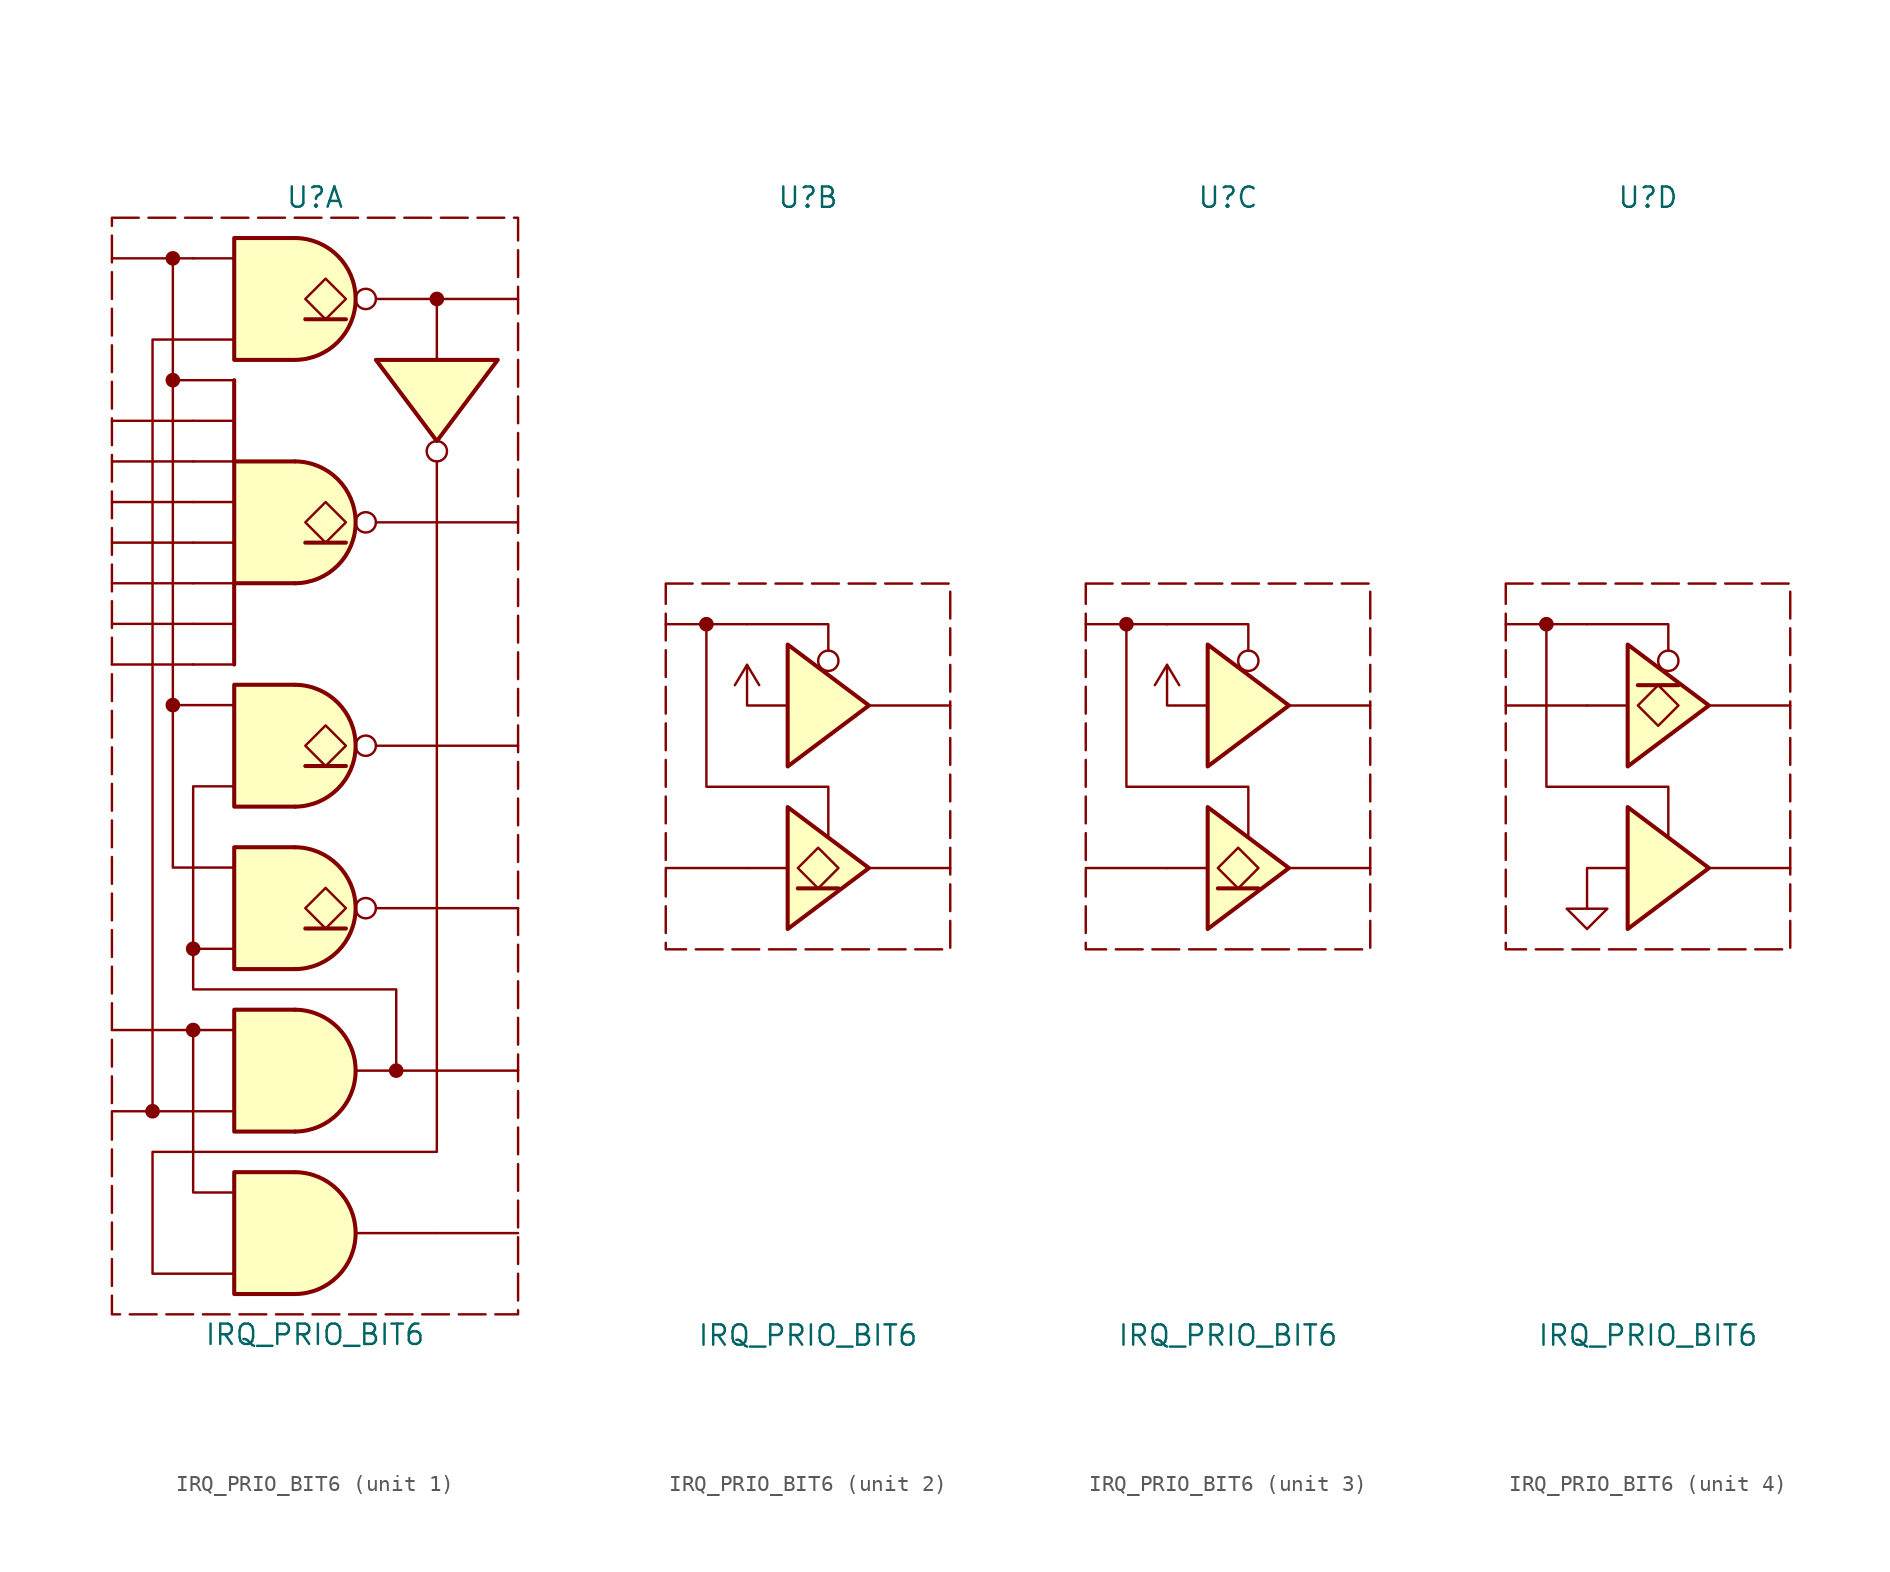
<source format=kicad_sym>
(kicad_symbol_lib
  (version 20231120)
  (generator "kicad_symbol_editor")
  (generator_version "8.0")
  (symbol "IRQ_PRIO_BIT6"
    (pin_numbers hide)
    (pin_names hide)
    (property "Reference" "U"
      (at 0 35.56 0)
      (effects (font (size 1.27 1.27))))
    (property "Value" "IRQ_PRIO_BIT6"
      (at 0 -35.56 0)
      (effects (font (size 1.27 1.27))))
    (property "ki_locked" ""
      (at 0 0 0)
      (effects (font (size 1.27 1.27))))
    (symbol "IRQ_PRIO_BIT6_1_0"
      (polyline (pts (xy 11.43 25.4) (xy 3.81 25.4) (xy 7.62 20.32) (xy 11.43 25.4)) (stroke (width 0.254) (type default)) (fill (type background))))
    (symbol "IRQ_PRIO_BIT6_1_1"
      (rectangle (start -12.7 34.29) (end 12.7 -34.29) (stroke (width 0) (type dash)) (fill (type none)))
      (circle (center -10.16 -21.59) (radius 0.381) (stroke (width 0) (type default)) (fill (type outline)))
      (circle (center -8.89 3.81) (radius 0.381) (stroke (width 0) (type default)) (fill (type outline)))
      (circle (center -8.89 24.13) (radius 0.381) (stroke (width 0) (type default)) (fill (type outline)))
      (circle (center -8.89 31.75) (radius 0.381) (stroke (width 0) (type default)) (fill (type outline)))
      (circle (center -7.62 -16.51) (radius 0.381) (stroke (width 0) (type default)) (fill (type outline)))
      (circle (center -7.62 -11.43) (radius 0.381) (stroke (width 0) (type default)) (fill (type outline)))
      (arc (start -1.2424 -33.02) (mid 2.5401 -29.21) (end -1.2424 -25.4) (stroke (width 0.254) (type default)) (fill (type background)))
      (arc (start -1.2424 -22.86) (mid 2.5401 -19.05) (end -1.2424 -15.24) (stroke (width 0.254) (type default)) (fill (type background)))
      (arc (start -1.2424 -12.7) (mid 2.5401 -8.89) (end -1.2424 -5.08) (stroke (width 0.254) (type default)) (fill (type background)))
      (arc (start -1.2424 -2.54) (mid 2.5401 1.27) (end -1.2424 5.08) (stroke (width 0.254) (type default)) (fill (type background)))
      (arc (start -1.2424 11.43) (mid 2.5401 15.24) (end -1.2424 19.05) (stroke (width 0.254) (type default)) (fill (type background)))
      (arc (start -1.2424 25.4) (mid 2.5401 29.21) (end -1.2424 33.02) (stroke (width 0.254) (type default)) (fill (type background)))
      (polyline (pts (xy -8.89 3.81) (xy -5.08 3.81)) (stroke (width 0) (type default)) (fill (type none)))
      (polyline (pts (xy -7.62 -21.59) (xy -5.08 -21.59)) (stroke (width 0) (type default)) (fill (type none)))
      (polyline (pts (xy -7.62 -16.51) (xy -5.08 -16.51)) (stroke (width 0) (type default)) (fill (type none)))
      (polyline (pts (xy -7.62 19.05) (xy -5.08 19.05)) (stroke (width 0) (type default)) (fill (type none)))
      (polyline (pts (xy -7.62 21.59) (xy -5.08 21.59)) (stroke (width 0) (type default)) (fill (type none)))
      (polyline (pts (xy -7.62 31.75) (xy -5.08 31.75)) (stroke (width 0) (type default)) (fill (type none)))
      (polyline (pts (xy -5.08 6.35) (xy -7.62 6.35)) (stroke (width 0) (type default)) (fill (type none)))
      (polyline (pts (xy -5.08 8.89) (xy -7.62 8.89)) (stroke (width 0) (type default)) (fill (type none)))
      (polyline (pts (xy -5.08 11.43) (xy -7.62 11.43)) (stroke (width 0) (type default)) (fill (type none)))
      (polyline (pts (xy -5.08 13.97) (xy -7.62 13.97)) (stroke (width 0) (type default)) (fill (type none)))
      (polyline (pts (xy -5.08 16.51) (xy -7.62 16.51)) (stroke (width 0) (type default)) (fill (type none)))
      (polyline (pts (xy -5.08 24.13) (xy -8.89 24.13)) (stroke (width 0) (type default)) (fill (type none)))
      (polyline (pts (xy -5.055 11.43) (xy -5.055 6.35)) (stroke (width 0.254) (type default)) (fill (type background)))
      (polyline (pts (xy -5.055 24.13) (xy -5.055 19.05)) (stroke (width 0.254) (type default)) (fill (type background)))
      (polyline (pts (xy -0.607 -10.16) (xy 1.933 -10.16)) (stroke (width 0.254) (type default)) (fill (type none)))
      (polyline (pts (xy -0.607 0) (xy 1.933 0)) (stroke (width 0.254) (type default)) (fill (type none)))
      (polyline (pts (xy -0.607 13.97) (xy 1.933 13.97)) (stroke (width 0.254) (type default)) (fill (type none)))
      (polyline (pts (xy -0.607 27.94) (xy 1.933 27.94)) (stroke (width 0.254) (type default)) (fill (type none)))
      (polyline (pts (xy 7.62 -29.21) (xy 2.54 -29.21)) (stroke (width 0) (type default)) (fill (type none)))
      (polyline (pts (xy 7.62 -19.05) (xy 2.54 -19.05)) (stroke (width 0) (type default)) (fill (type none)))
      (polyline (pts (xy 7.62 -8.89) (xy 3.81 -8.89)) (stroke (width 0) (type default)) (fill (type none)))
      (polyline (pts (xy 7.62 1.27) (xy 3.81 1.27)) (stroke (width 0) (type default)) (fill (type none)))
      (polyline (pts (xy 7.62 15.24) (xy 3.81 15.24)) (stroke (width 0) (type default)) (fill (type none)))
      (polyline (pts (xy 7.62 29.21) (xy 3.81 29.21)) (stroke (width 0) (type default)) (fill (type none)))
      (polyline (pts (xy 7.62 29.21) (xy 7.62 25.4)) (stroke (width 0) (type default)) (fill (type none)))
      (polyline (pts (xy -8.89 31.75) (xy -8.89 -6.35) (xy -5.08 -6.35)) (stroke (width 0) (type default)) (fill (type none)))
      (polyline (pts (xy -7.62 -11.43) (xy -7.62 -1.27) (xy -5.08 -1.27)) (stroke (width 0) (type default)) (fill (type none)))
      (polyline (pts (xy -5.08 -26.67) (xy -7.62 -26.67) (xy -7.62 -16.51)) (stroke (width 0) (type default)) (fill (type none)))
      (polyline (pts (xy -5.08 26.67) (xy -10.16 26.67) (xy -10.16 -21.59)) (stroke (width 0) (type default)) (fill (type none)))
      (polyline (pts (xy -1.242 -25.4) (xy -5.052 -25.4) (xy -5.052 -33.02) (xy -1.242 -33.02)) (stroke (width 0.254) (type default)) (fill (type background)))
      (polyline (pts (xy -1.242 -15.24) (xy -5.052 -15.24) (xy -5.052 -22.86) (xy -1.242 -22.86)) (stroke (width 0.254) (type default)) (fill (type background)))
      (polyline (pts (xy -1.242 -5.08) (xy -5.052 -5.08) (xy -5.052 -12.7) (xy -1.242 -12.7)) (stroke (width 0.254) (type default)) (fill (type background)))
      (polyline (pts (xy -1.242 5.08) (xy -5.052 5.08) (xy -5.052 -2.54) (xy -1.242 -2.54)) (stroke (width 0.254) (type default)) (fill (type background)))
      (polyline (pts (xy -1.242 19.05) (xy -5.052 19.05) (xy -5.052 11.43) (xy -1.242 11.43)) (stroke (width 0.254) (type default)) (fill (type background)))
      (polyline (pts (xy -1.242 33.02) (xy -5.052 33.02) (xy -5.052 25.4) (xy -1.242 25.4)) (stroke (width 0.254) (type default)) (fill (type background)))
      (polyline (pts (xy -5.08 -11.43) (xy -7.62 -11.43) (xy -7.62 -13.97) (xy 5.08 -13.97) (xy 5.08 -19.05)) (stroke (width 0) (type default)) (fill (type none)))
      (polyline (pts (xy 1.933 -8.89) (xy 0.663 -7.62) (xy -0.607 -8.89) (xy 0.663 -10.16) (xy 1.933 -8.89)) (stroke (width 0) (type default)) (fill (type none)))
      (polyline (pts (xy 1.933 1.27) (xy 0.663 2.54) (xy -0.607 1.27) (xy 0.663 0) (xy 1.933 1.27)) (stroke (width 0) (type default)) (fill (type none)))
      (polyline (pts (xy 1.933 15.24) (xy 0.663 16.51) (xy -0.607 15.24) (xy 0.663 13.97) (xy 1.933 15.24)) (stroke (width 0) (type default)) (fill (type none)))
      (polyline (pts (xy 1.933 29.21) (xy 0.663 30.48) (xy -0.607 29.21) (xy 0.663 27.94) (xy 1.933 29.21)) (stroke (width 0) (type default)) (fill (type none)))
      (polyline (pts (xy 7.62 19.05) (xy 7.62 -24.13) (xy -10.16 -24.13) (xy -10.16 -31.75) (xy -5.08 -31.75)) (stroke (width 0) (type default)) (fill (type none)))
      (circle (center 3.175 -8.89) (radius 0.635) (stroke (width 0) (type default)) (fill (type none)))
      (circle (center 3.175 1.27) (radius 0.635) (stroke (width 0) (type default)) (fill (type none)))
      (circle (center 3.175 15.24) (radius 0.635) (stroke (width 0) (type default)) (fill (type none)))
      (circle (center 3.175 29.21) (radius 0.635) (stroke (width 0) (type default)) (fill (type none)))
      (circle (center 5.08 -19.05) (radius 0.381) (stroke (width 0) (type default)) (fill (type outline)))
      (circle (center 7.62 19.685) (radius 0.635) (stroke (width 0) (type default)) (fill (type none)))
      (circle (center 7.62 29.21) (radius 0.381) (stroke (width 0) (type default)) (fill (type outline)))
      (pin input line (at -12.7 -21.59 0) (length 5.08) (name "AND_A_IN2_NAND_A_IN2" (effects (font (size 1.27 1.27)))) (number "" (effects (font (size 1.27 1.27)))))
      (pin output line (at 12.7 -19.05 180) (length 5.08) (name "AND_A_Y" (effects (font (size 1.27 1.27)))) (number "" (effects (font (size 1.27 1.27)))))
      (pin output line (at 12.7 -29.21 180) (length 5.08) (name "AND_B_Y" (effects (font (size 1.27 1.27)))) (number "" (effects (font (size 1.27 1.27)))))
      (pin input line (at -12.7 -16.51 0) (length 5.08) (name "AND_IN1" (effects (font (size 1.27 1.27)))) (number "" (effects (font (size 1.27 1.27)))))
      (pin bidirectional line (at 12.7 29.21 180) (length 5.08) (name "NAND_A_Y" (effects (font (size 1.27 1.27)))) (number "" (effects (font (size 1.27 1.27)))))
      (pin input line (at -12.7 21.59 0) (length 5.08) (name "NAND_B_IN2" (effects (font (size 1.27 1.27)))) (number "" (effects (font (size 1.27 1.27)))))
      (pin input line (at -12.7 19.05 0) (length 5.08) (name "NAND_B_IN3" (effects (font (size 1.27 1.27)))) (number "" (effects (font (size 1.27 1.27)))))
      (pin input line (at -12.7 16.51 0) (length 5.08) (name "NAND_B_IN4" (effects (font (size 1.27 1.27)))) (number "" (effects (font (size 1.27 1.27)))))
      (pin input line (at -12.7 13.97 0) (length 5.08) (name "NAND_B_IN5" (effects (font (size 1.27 1.27)))) (number "" (effects (font (size 1.27 1.27)))))
      (pin input line (at -12.7 11.43 0) (length 5.08) (name "NAND_B_IN6" (effects (font (size 1.27 1.27)))) (number "" (effects (font (size 1.27 1.27)))))
      (pin input line (at -12.7 8.89 0) (length 5.08) (name "NAND_B_IN7" (effects (font (size 1.27 1.27)))) (number "" (effects (font (size 1.27 1.27)))))
      (pin input line (at -12.7 6.35 0) (length 5.08) (name "NAND_B_IN8" (effects (font (size 1.27 1.27)))) (number "" (effects (font (size 1.27 1.27)))))
      (pin tri_state line (at 12.7 15.24 180) (length 5.08) (name "NAND_B_Y" (effects (font (size 1.27 1.27)))) (number "" (effects (font (size 1.27 1.27)))))
      (pin tri_state line (at 12.7 1.27 180) (length 5.08) (name "NAND_C_Y" (effects (font (size 1.27 1.27)))) (number "" (effects (font (size 1.27 1.27)))))
      (pin tri_state line (at 12.7 -8.89 180) (length 5.08) (name "NAND_D_Y" (effects (font (size 1.27 1.27)))) (number "" (effects (font (size 1.27 1.27)))))
      (pin input line (at -12.7 31.75 0) (length 5.08) (name "~{PCH}" (effects (font (size 1.27 1.27)))) (number "" (effects (font (size 1.27 1.27))))))
    (symbol "IRQ_PRIO_BIT6_2_0"
      (polyline (pts (xy -1.27 -2.54) (xy -1.27 -10.16) (xy 3.81 -6.35) (xy -1.27 -2.54)) (stroke (width 0.254) (type default)) (fill (type background)))
      (polyline (pts (xy -1.27 7.62) (xy -1.27 0) (xy 3.81 3.81) (xy -1.27 7.62)) (stroke (width 0.254) (type default)) (fill (type background))))
    (symbol "IRQ_PRIO_BIT6_2_1"
      (rectangle (start -8.89 11.43) (end 8.89 -11.43) (stroke (width 0) (type dash)) (fill (type none)))
      (circle (center -6.35 8.89) (radius 0.381) (stroke (width 0) (type default)) (fill (type outline)))
      (polyline (pts (xy -3.81 -6.35) (xy -1.27 -6.35)) (stroke (width 0) (type default)) (fill (type none)))
      (polyline (pts (xy -0.635 -7.62) (xy 1.905 -7.62)) (stroke (width 0.254) (type default)) (fill (type none)))
      (polyline (pts (xy -4.572 5.08) (xy -3.81 6.35) (xy -3.048 5.08)) (stroke (width 0) (type default)) (fill (type none)))
      (polyline (pts (xy -3.81 8.89) (xy 1.27 8.89) (xy 1.27 7.239)) (stroke (width 0) (type default)) (fill (type none)))
      (polyline (pts (xy -1.27 3.81) (xy -3.81 3.81) (xy -3.81 6.35)) (stroke (width 0) (type default)) (fill (type none)))
      (polyline (pts (xy 1.27 -4.445) (xy 1.27 -1.27) (xy -6.35 -1.27) (xy -6.35 8.89)) (stroke (width 0) (type default)) (fill (type none)))
      (polyline (pts (xy 1.905 -6.35) (xy 0.635 -5.08) (xy -0.635 -6.35) (xy 0.635 -7.62) (xy 1.905 -6.35)) (stroke (width 0) (type default)) (fill (type none)))
      (circle (center 1.27 6.604) (radius 0.635) (stroke (width 0) (type default)) (fill (type none)))
      (pin input line (at -8.89 8.89 0) (length 5.08) (name "DIST_NAND_A_IN" (effects (font (size 1.27 1.27)))) (number "" (effects (font (size 1.27 1.27)))))
      (pin input line (at -8.89 -6.35 0) (length 5.08) (name "DIST_NAND_A_IN_N" (effects (font (size 1.27 1.27)))) (number "" (effects (font (size 1.27 1.27)))))
      (pin tri_state line (at 8.89 -6.35 180) (length 5.08) (name "DIST_NAND_A_Y_N" (effects (font (size 1.27 1.27)))) (number "" (effects (font (size 1.27 1.27)))))
      (pin tri_state line (at 8.89 3.81 180) (length 5.08) (name "DIST_NAND_A_Y_P" (effects (font (size 1.27 1.27)))) (number "" (effects (font (size 1.27 1.27))))))
    (symbol "IRQ_PRIO_BIT6_3_0"
      (polyline (pts (xy -1.27 -2.54) (xy -1.27 -10.16) (xy 3.81 -6.35) (xy -1.27 -2.54)) (stroke (width 0.254) (type default)) (fill (type background)))
      (polyline (pts (xy -1.27 7.62) (xy -1.27 0) (xy 3.81 3.81) (xy -1.27 7.62)) (stroke (width 0.254) (type default)) (fill (type background))))
    (symbol "IRQ_PRIO_BIT6_3_1"
      (rectangle (start -8.89 11.43) (end 8.89 -11.43) (stroke (width 0) (type dash)) (fill (type none)))
      (circle (center -6.35 8.89) (radius 0.381) (stroke (width 0) (type default)) (fill (type outline)))
      (polyline (pts (xy -3.81 -6.35) (xy -1.27 -6.35)) (stroke (width 0) (type default)) (fill (type none)))
      (polyline (pts (xy -0.635 -7.62) (xy 1.905 -7.62)) (stroke (width 0.254) (type default)) (fill (type none)))
      (polyline (pts (xy -4.572 5.08) (xy -3.81 6.35) (xy -3.048 5.08)) (stroke (width 0) (type default)) (fill (type none)))
      (polyline (pts (xy -3.81 8.89) (xy 1.27 8.89) (xy 1.27 7.239)) (stroke (width 0) (type default)) (fill (type none)))
      (polyline (pts (xy -1.27 3.81) (xy -3.81 3.81) (xy -3.81 6.35)) (stroke (width 0) (type default)) (fill (type none)))
      (polyline (pts (xy 1.27 -4.445) (xy 1.27 -1.27) (xy -6.35 -1.27) (xy -6.35 8.89)) (stroke (width 0) (type default)) (fill (type none)))
      (polyline (pts (xy 1.905 -6.35) (xy 0.635 -5.08) (xy -0.635 -6.35) (xy 0.635 -7.62) (xy 1.905 -6.35)) (stroke (width 0) (type default)) (fill (type none)))
      (circle (center 1.27 6.604) (radius 0.635) (stroke (width 0) (type default)) (fill (type none)))
      (pin input line (at -8.89 8.89 0) (length 5.08) (name "DIST_NAND_B_IN" (effects (font (size 1.27 1.27)))) (number "" (effects (font (size 1.27 1.27)))))
      (pin input line (at -8.89 -6.35 0) (length 5.08) (name "DIST_NAND_B_IN_N" (effects (font (size 1.27 1.27)))) (number "" (effects (font (size 1.27 1.27)))))
      (pin tri_state line (at 8.89 -6.35 180) (length 5.08) (name "DIST_NAND_B_Y_N" (effects (font (size 1.27 1.27)))) (number "" (effects (font (size 1.27 1.27)))))
      (pin tri_state line (at 8.89 3.81 180) (length 5.08) (name "DIST_NAND_B_Y_P" (effects (font (size 1.27 1.27)))) (number "" (effects (font (size 1.27 1.27))))))
    (symbol "IRQ_PRIO_BIT6_4_0"
      (polyline (pts (xy -1.27 -2.54) (xy -1.27 -10.16) (xy 3.81 -6.35) (xy -1.27 -2.54)) (stroke (width 0.254) (type default)) (fill (type background)))
      (polyline (pts (xy -1.27 7.62) (xy -1.27 0) (xy 3.81 3.81) (xy -1.27 7.62)) (stroke (width 0.254) (type default)) (fill (type background))))
    (symbol "IRQ_PRIO_BIT6_4_1"
      (rectangle (start -8.89 11.43) (end 8.89 -11.43) (stroke (width 0) (type dash)) (fill (type none)))
      (circle (center -6.35 8.89) (radius 0.381) (stroke (width 0) (type default)) (fill (type outline)))
      (polyline (pts (xy -3.81 3.81) (xy -1.27 3.81)) (stroke (width 0) (type default)) (fill (type none)))
      (polyline (pts (xy -0.635 5.08) (xy 1.905 5.08)) (stroke (width 0.254) (type default)) (fill (type none)))
      (polyline (pts (xy -3.81 8.89) (xy 1.27 8.89) (xy 1.27 7.239)) (stroke (width 0) (type default)) (fill (type none)))
      (polyline (pts (xy -1.27 -6.35) (xy -3.81 -6.35) (xy -3.81 -8.89)) (stroke (width 0) (type default)) (fill (type none)))
      (polyline (pts (xy -2.54 -8.89) (xy -5.08 -8.89) (xy -3.81 -10.16) (xy -2.54 -8.89)) (stroke (width 0) (type default)) (fill (type none)))
      (polyline (pts (xy 1.27 -4.445) (xy 1.27 -1.27) (xy -6.35 -1.27) (xy -6.35 8.89)) (stroke (width 0) (type default)) (fill (type none)))
      (polyline (pts (xy 1.905 3.81) (xy 0.635 5.08) (xy -0.635 3.81) (xy 0.635 2.54) (xy 1.905 3.81)) (stroke (width 0) (type default)) (fill (type none)))
      (circle (center 1.27 6.604) (radius 0.635) (stroke (width 0) (type default)) (fill (type none)))
      (pin input line (at -8.89 8.89 0) (length 5.08) (name "DIST_NOR_IN" (effects (font (size 1.27 1.27)))) (number "" (effects (font (size 1.27 1.27)))))
      (pin input line (at -8.89 3.81 0) (length 5.08) (name "DIST_NOR_IN_P" (effects (font (size 1.27 1.27)))) (number "" (effects (font (size 1.27 1.27)))))
      (pin tri_state line (at 8.89 -6.35 180) (length 5.08) (name "DIST_NOR_Y_N" (effects (font (size 1.27 1.27)))) (number "" (effects (font (size 1.27 1.27)))))
      (pin tri_state line (at 8.89 3.81 180) (length 5.08) (name "DIST_NOR_Y_P" (effects (font (size 1.27 1.27)))) (number "" (effects (font (size 1.27 1.27))))))))
</source>
